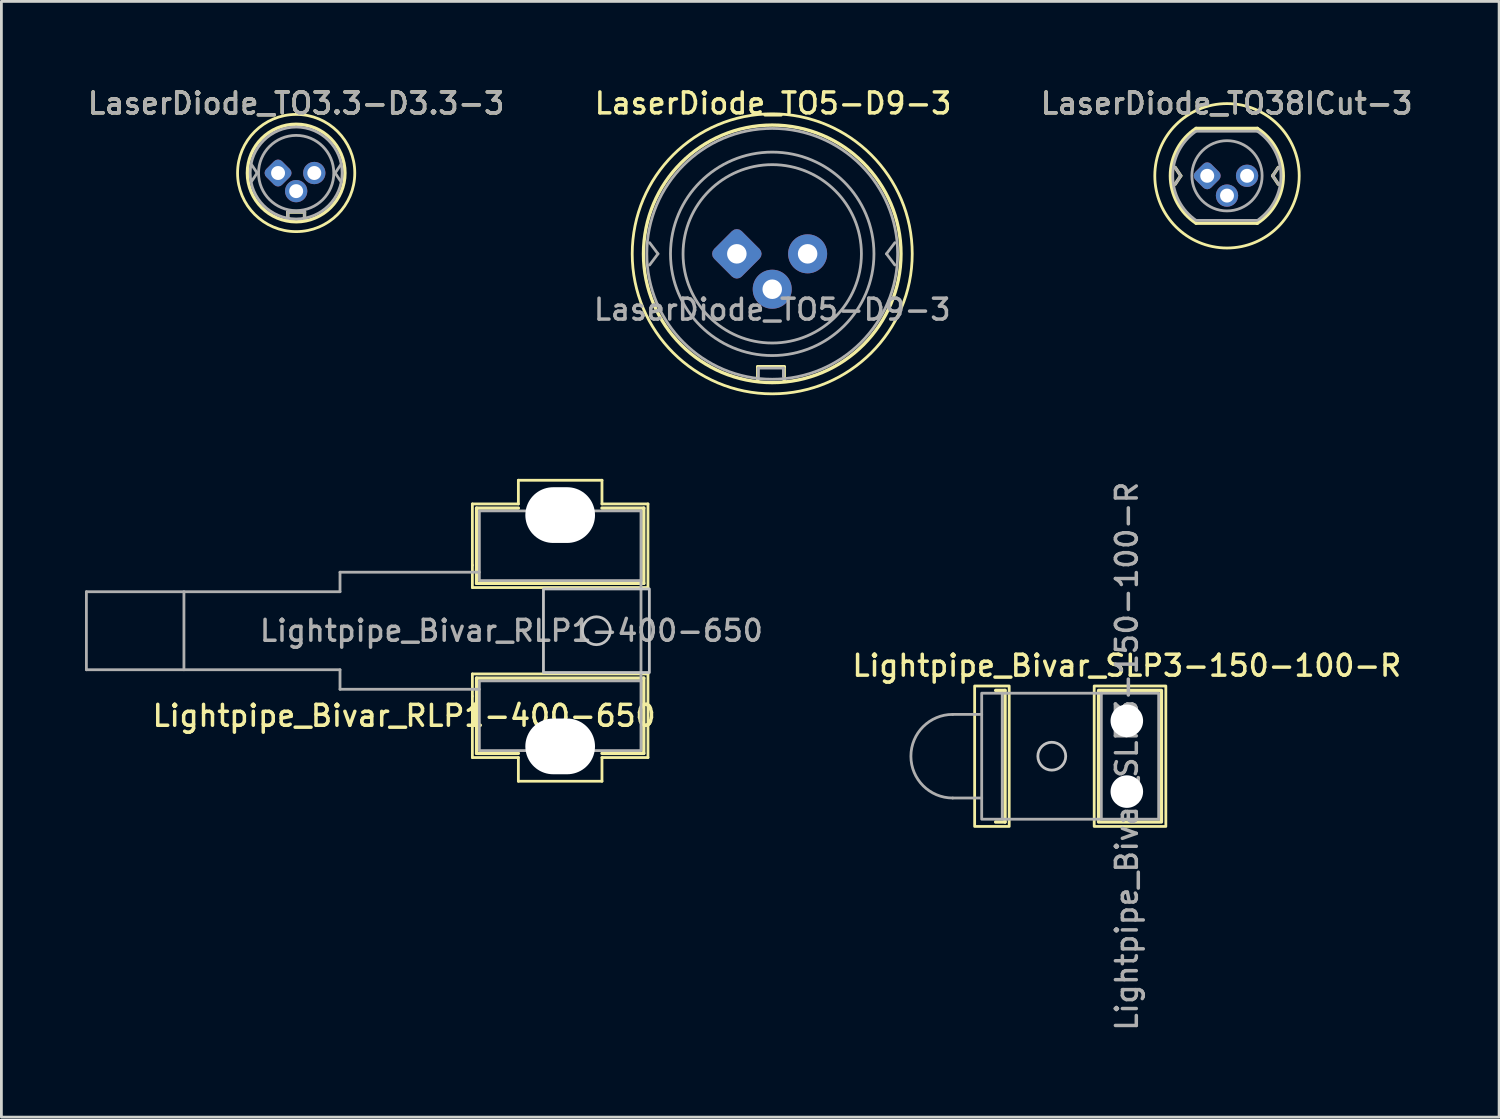
<source format=kicad_pcb>
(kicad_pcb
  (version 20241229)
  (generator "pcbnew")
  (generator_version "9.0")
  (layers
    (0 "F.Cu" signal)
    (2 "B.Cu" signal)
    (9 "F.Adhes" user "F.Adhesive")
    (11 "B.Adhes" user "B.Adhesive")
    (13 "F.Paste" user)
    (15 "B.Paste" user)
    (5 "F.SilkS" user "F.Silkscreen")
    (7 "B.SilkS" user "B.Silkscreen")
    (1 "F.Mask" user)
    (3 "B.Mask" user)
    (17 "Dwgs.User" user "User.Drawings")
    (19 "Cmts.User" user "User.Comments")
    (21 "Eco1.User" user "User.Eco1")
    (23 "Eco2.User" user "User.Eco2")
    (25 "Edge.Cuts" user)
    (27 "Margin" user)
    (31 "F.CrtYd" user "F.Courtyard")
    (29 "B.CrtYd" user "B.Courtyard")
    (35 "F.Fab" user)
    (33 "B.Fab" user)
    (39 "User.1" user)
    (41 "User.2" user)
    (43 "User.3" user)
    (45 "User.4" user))
  (footprint "LaserDiode_TO3.3-D3.3-3"
    (layer "F.Cu")
    (at 6.927 3.158)
    (property "Reference" "LaserDiode_TO3.3-D3.3-3" (at 0.65 -2.5 0) (layer "F.SilkS") (effects (font (size 0.75 0.75) (thickness 0.125))))
    (attr through_hole)
    (fp_line (start 0.35 1.4) (end 0.35 1.7) (stroke (width 0.12) (type solid)) (layer "F.SilkS"))
    (fp_line (start 0.95 1.4) (end 0.35 1.4) (stroke (width 0.12) (type solid)) (layer "F.SilkS"))
    (fp_line (start 0.95 1.7) (end 0.95 1.4) (stroke (width 0.12) (type solid)) (layer "F.SilkS"))
    (fp_circle (center 0.65 0) (end -1.1 0) (stroke (width 0.12) (type solid)) (fill no) (layer "F.SilkS"))
    (fp_circle (center 0.65 0) (end 2.5 1) (stroke (width 0.1) (type solid)) (fill no) (layer "F.SilkS"))
    (fp_line (start -0.95 -0.3) (end -0.75 0) (stroke (width 0.1) (type solid)) (layer "F.Fab"))
    (fp_line (start -0.75 0) (end -0.95 0.3) (stroke (width 0.1) (type solid)) (layer "F.Fab"))
    (fp_line (start 0.35 1.4) (end 0.95 1.4) (stroke (width 0.1) (type solid)) (layer "F.Fab"))
    (fp_line (start 0.35 1.6) (end 0.35 1.4) (stroke (width 0.1) (type solid)) (layer "F.Fab"))
    (fp_line (start 0.95 1.4) (end 0.95 1.6) (stroke (width 0.1) (type solid)) (layer "F.Fab"))
    (fp_line (start 2.05 0) (end 2.25 0.3) (stroke (width 0.1) (type solid)) (layer "F.Fab"))
    (fp_line (start 2.25 -0.3) (end 2.05 0) (stroke (width 0.1) (type solid)) (layer "F.Fab"))
    (fp_circle (center 0.65 0) (end -1 0) (stroke (width 0.1) (type solid)) (fill no) (layer "F.Fab"))
    (fp_circle (center 0.65 0) (end 2 0) (stroke (width 0.1) (type solid)) (fill no) (layer "F.Fab"))
    (fp_text user "${REFERENCE}" (at 0.65 -2.5 0) (layer "F.Fab") (effects (font (size 0.75 0.75) (thickness 0.125))))
    (pad "1" thru_hole roundrect (at 0 0 45) (size 0.8 0.8) (drill 0.5) (layers "*.Cu" "*.Mask") (roundrect_rratio 0.25))
    (pad "2" thru_hole circle (at 0.65 0.65) (size 0.8 0.8) (drill 0.5) (layers "*.Cu" "*.Mask"))
    (pad "3" thru_hole circle (at 1.3 0) (size 0.8 0.8) (drill 0.5) (layers "*.Cu" "*.Mask")))
  (footprint "LaserDiode_TO38ICut-3"
    (layer "F.Cu")
    (at 40.267 3.258)
    (property "Reference" "LaserDiode_TO38ICut-3" (at 0.7 -2.6 0) (layer "F.SilkS") (effects (font (size 0.75 0.75) (thickness 0.125))))
    (attr through_hole)
    (fp_line (start -1.15 -0.3) (end -0.95 0) (stroke (width 0.12) (type solid)) (layer "F.SilkS"))
    (fp_line (start -0.95 0) (end -1.15 0.3) (stroke (width 0.12) (type solid)) (layer "F.SilkS"))
    (fp_line (start -0.4 1.7) (end 1.8 1.7) (stroke (width 0.12) (type solid)) (layer "F.SilkS"))
    (fp_line (start 1.8 -1.7) (end -0.4 -1.7) (stroke (width 0.12) (type solid)) (layer "F.SilkS"))
    (fp_line (start 2.35 0) (end 2.55 0.3) (stroke (width 0.12) (type solid)) (layer "F.SilkS"))
    (fp_line (start 2.55 -0.3) (end 2.35 0) (stroke (width 0.12) (type solid)) (layer "F.SilkS"))
    (fp_arc (start -0.4 1.7) (mid -1.320296 0) (end -0.4 -1.7) (stroke (width 0.12) (type solid)) (layer "F.SilkS"))
    (fp_arc (start 1.8 -1.7) (mid 2.729422 0.005888) (end 1.790069 1.706327) (stroke (width 0.12) (type solid)) (layer "F.SilkS"))
    (fp_circle (center 0.71 0) (end 3.1 1) (stroke (width 0.1) (type solid)) (fill no) (layer "F.SilkS"))
    (fp_line (start -1.15 -0.3) (end -0.95 0) (stroke (width 0.1) (type solid)) (layer "F.Fab"))
    (fp_line (start -0.95 0) (end -1.15 0.3) (stroke (width 0.1) (type solid)) (layer "F.Fab"))
    (fp_line (start -0.4 1.6) (end 1.8 1.6) (stroke (width 0.1) (type solid)) (layer "F.Fab"))
    (fp_line (start 1.8 -1.6) (end -0.4 -1.6) (stroke (width 0.1) (type solid)) (layer "F.Fab"))
    (fp_line (start 2.35 0) (end 2.55 0.3) (stroke (width 0.1) (type solid)) (layer "F.Fab"))
    (fp_line (start 2.55 -0.3) (end 2.35 0) (stroke (width 0.1) (type solid)) (layer "F.Fab"))
    (fp_arc (start -0.4 1.6) (mid -1.237313 0.008464) (end -0.413866 -1.590291) (stroke (width 0.1) (type solid)) (layer "F.Fab"))
    (fp_arc (start 1.8 -1.6) (mid 2.645842 -0.024847) (end 1.840706 1.571497) (stroke (width 0.1) (type solid)) (layer "F.Fab"))
    (fp_circle (center 0.71 0) (end 1.97 0) (stroke (width 0.1) (type solid)) (fill no) (layer "F.Fab"))
    (fp_text user "${REFERENCE}" (at 0.7 -2.6 0) (layer "F.Fab") (effects (font (size 0.75 0.75) (thickness 0.125))))
    (pad "1" thru_hole roundrect (at 0 0 45) (size 0.8 0.8) (drill 0.5) (layers "*.Cu" "*.Mask") (roundrect_rratio 0.25))
    (pad "2" thru_hole circle (at 0.71 0.71) (size 0.8 0.8) (drill 0.5) (layers "*.Cu" "*.Mask"))
    (pad "3" thru_hole circle (at 1.43 0) (size 0.8 0.8) (drill 0.5) (layers "*.Cu" "*.Mask")))
  (footprint "Lightpipe_Bivar_SLP3-150-100-R"
    (layer "F.Cu")
    (at 37.382 24.084)
    (property "Reference" "Lightpipe_Bivar_SLP3-150-100-R" (at 0 -3.25 0) (layer "F.SilkS") (effects (font (size 0.75 0.75) (thickness 0.125))))
    (fp_line (start -4.707 -2.361) (end -4.37 -2.361) (stroke (width 0.12) (type default)) (layer "F.SilkS"))
    (fp_line (start -4.37 -2.361) (end -4.37 2.361) (stroke (width 0.12) (type default)) (layer "F.SilkS"))
    (fp_line (start -4.37 2.361) (end -4.707 2.361) (stroke (width 0.12) (type default)) (layer "F.SilkS"))
    (fp_rect (start -5.46 -2.52) (end -4.22 2.52) (stroke (width 0.1) (type solid)) (fill no) (layer "F.SilkS"))
    (fp_rect (start -1.17 -2.52) (end 1.4 2.52) (stroke (width 0.1) (type solid)) (fill no) (layer "F.SilkS"))
    (fp_rect (start -1.014 2.361) (end 1.243 -2.361) (stroke (width 0.12) (type solid)) (fill no) (layer "F.SilkS"))
    (fp_circle (center -2.692 0) (end -2.192 0) (stroke (width 0.1) (type solid)) (fill no) (layer "Dwgs.User"))
    (fp_line (start -6.247 -1.5) (end -5.207 -1.5) (stroke (width 0.1) (type solid)) (layer "F.Fab"))
    (fp_line (start -6.247 1.5) (end -5.207 1.5) (stroke (width 0.1) (type solid)) (layer "F.Fab"))
    (fp_line (start -4.47 -2.261) (end -0.914 -2.261) (stroke (width 0.1) (type solid)) (layer "F.Fab"))
    (fp_line (start -4.47 2.261) (end -0.914 2.261) (stroke (width 0.1) (type solid)) (layer "F.Fab"))
    (fp_rect (start -5.207 -2.261) (end -4.47 2.261) (stroke (width 0.1) (type solid)) (fill no) (layer "F.Fab"))
    (fp_rect (start -0.914 -2.261) (end 1.143 2.261) (stroke (width 0.1) (type solid)) (fill no) (layer "F.Fab"))
    (fp_arc (start -6.247 1.5) (mid -7.747 0) (end -6.247 -1.5) (stroke (width 0.1) (type solid)) (layer "F.Fab"))
    (fp_text user "${REFERENCE}" (at 0 0 90) (layer "F.Fab") (effects (font (size 0.75 0.75) (thickness 0.125))))
    (pad "" np_thru_hole circle (at 0 -1.27) (size 1.168 1.168) (drill 1.168) (layers "*.Cu" "*.Mask"))
    (pad "" np_thru_hole circle (at 0 1.27) (size 1.168 1.168) (drill 1.168) (layers "*.Cu" "*.Mask")))
  (footprint "Lightpipe_Bivar_RLP1-400-650"
    (layer "F.Cu")
    (at 17.05 19.582)
    (property "Reference" "Lightpipe_Bivar_RLP1-400-650" (at -5.6 3.05 0) (layer "F.SilkS") (effects (font (size 0.75 0.75) (thickness 0.125))))
    (fp_line (start -3.15 -4.55) (end -3.15 -2.35) (stroke (width 0.1) (type solid)) (layer "F.SilkS"))
    (fp_line (start -3.15 -1.55) (end -3.15 -2.35) (stroke (width 0.1) (type solid)) (layer "F.SilkS"))
    (fp_line (start -3.15 1.55) (end -3.15 2.35) (stroke (width 0.1) (type solid)) (layer "F.SilkS"))
    (fp_line (start -3.15 2.35) (end -3.15 4.55) (stroke (width 0.1) (type solid)) (layer "F.SilkS"))
    (fp_line (start -3.15 4.55) (end -1.5 4.55) (stroke (width 0.1) (type solid)) (layer "F.SilkS"))
    (fp_line (start -3 -4.4) (end -1.5 -4.4) (stroke (width 0.12) (type solid)) (layer "F.SilkS"))
    (fp_line (start -3 -2.2) (end -3 -4.4) (stroke (width 0.12) (type solid)) (layer "F.SilkS"))
    (fp_line (start -3 -1.7) (end -3 -2.2) (stroke (width 0.12) (type solid)) (layer "F.SilkS"))
    (fp_line (start -3 1.7) (end 3 1.7) (stroke (width 0.12) (type solid)) (layer "F.SilkS"))
    (fp_line (start -3 2.2) (end -3 1.7) (stroke (width 0.12) (type solid)) (layer "F.SilkS"))
    (fp_line (start -3 4.4) (end -3 2.2) (stroke (width 0.12) (type solid)) (layer "F.SilkS"))
    (fp_line (start -3 4.4) (end -1.5 4.4) (stroke (width 0.12) (type solid)) (layer "F.SilkS"))
    (fp_line (start -1.5 -5.4) (end -1.5 -4.55) (stroke (width 0.1) (type solid)) (layer "F.SilkS"))
    (fp_line (start -1.5 -4.55) (end -3.15 -4.55) (stroke (width 0.1) (type solid)) (layer "F.SilkS"))
    (fp_line (start -1.5 4.55) (end -1.5 5.4) (stroke (width 0.1) (type solid)) (layer "F.SilkS"))
    (fp_line (start -1.5 5.4) (end 1.5 5.4) (stroke (width 0.1) (type solid)) (layer "F.SilkS"))
    (fp_line (start 1.5 -5.4) (end -1.5 -5.4) (stroke (width 0.1) (type solid)) (layer "F.SilkS"))
    (fp_line (start 1.5 -4.55) (end 1.5 -5.4) (stroke (width 0.1) (type solid)) (layer "F.SilkS"))
    (fp_line (start 1.5 4.55) (end 3.15 4.55) (stroke (width 0.1) (type solid)) (layer "F.SilkS"))
    (fp_line (start 1.5 5.4) (end 1.5 4.55) (stroke (width 0.1) (type solid)) (layer "F.SilkS"))
    (fp_line (start 3 -4.4) (end 1.5 -4.4) (stroke (width 0.12) (type solid)) (layer "F.SilkS"))
    (fp_line (start 3 -4.4) (end 3 -1.7) (stroke (width 0.12) (type solid)) (layer "F.SilkS"))
    (fp_line (start 3 -1.7) (end -3 -1.7) (stroke (width 0.12) (type solid)) (layer "F.SilkS"))
    (fp_line (start 3 1.7) (end 3 4.4) (stroke (width 0.12) (type solid)) (layer "F.SilkS"))
    (fp_line (start 3 4.4) (end 1.5 4.4) (stroke (width 0.12) (type solid)) (layer "F.SilkS"))
    (fp_line (start 3.15 -4.55) (end 1.5 -4.55) (stroke (width 0.1) (type solid)) (layer "F.SilkS"))
    (fp_line (start 3.15 -1.55) (end -3.15 -1.55) (stroke (width 0.1) (type solid)) (layer "F.SilkS"))
    (fp_line (start 3.15 -1.55) (end 3.15 -4.55) (stroke (width 0.1) (type solid)) (layer "F.SilkS"))
    (fp_line (start 3.15 1.55) (end -3.15 1.55) (stroke (width 0.1) (type solid)) (layer "F.SilkS"))
    (fp_line (start 3.15 4.55) (end 3.15 1.55) (stroke (width 0.1) (type solid)) (layer "F.SilkS"))
    (fp_rect (start -0.6 -1.5) (end 3.2 1.5) (stroke (width 0.1) (type solid)) (fill no) (layer "Dwgs.User"))
    (fp_circle (center 1.3 0) (end 1.8 0) (stroke (width 0.1) (type solid)) (fill no) (layer "Dwgs.User"))
    (fp_line (start -17 -1.4) (end -17 1.4) (stroke (width 0.1) (type solid)) (layer "F.Fab"))
    (fp_line (start -17 -1.4) (end -7.9 -1.4) (stroke (width 0.1) (type solid)) (layer "F.Fab"))
    (fp_line (start -17 1.4) (end -7.9 1.4) (stroke (width 0.1) (type solid)) (layer "F.Fab"))
    (fp_line (start -13.5 1.4) (end -13.5 -1.4) (stroke (width 0.1) (type solid)) (layer "F.Fab"))
    (fp_line (start -7.9 -2.1) (end -2.9 -2.1) (stroke (width 0.1) (type solid)) (layer "F.Fab"))
    (fp_line (start -7.9 -1.4) (end -7.9 -2.1) (stroke (width 0.1) (type solid)) (layer "F.Fab"))
    (fp_line (start -7.9 1.4) (end -7.9 2.1) (stroke (width 0.1) (type solid)) (layer "F.Fab"))
    (fp_line (start -7.9 2.1) (end -2.9 2.1) (stroke (width 0.1) (type solid)) (layer "F.Fab"))
    (fp_line (start 2.9 -1.8) (end 2.9 1.8) (stroke (width 0.1) (type solid)) (layer "F.Fab"))
    (fp_rect (start -2.9 -4.3) (end 2.9 -1.8) (stroke (width 0.1) (type solid)) (fill no) (layer "F.Fab"))
    (fp_rect (start -2.9 1.8) (end 2.9 4.3) (stroke (width 0.1) (type solid)) (fill no) (layer "F.Fab"))
    (fp_text user "${REFERENCE}" (at -1.75 0 0) (layer "F.Fab") (effects (font (size 0.75 0.75) (thickness 0.125))))
    (pad "" np_thru_hole oval (at 0 -4.15) (size 2.5 2) (drill oval 2.5 2) (layers "*.Cu" "*.Mask"))
    (pad "" np_thru_hole oval (at 0 4.15) (size 2.5 2) (drill oval 2.5 2) (layers "*.Cu" "*.Mask")))
  (footprint "LaserDiode_TO5-D9-3"
    (layer "F.Cu")
    (at 23.389 6.058)
    (property "Reference" "LaserDiode_TO5-D9-3" (at 1.3 -5.4 0) (layer "F.SilkS") (effects (font (size 0.75 0.75) (thickness 0.125))))
    (attr through_hole)
    (fp_line (start 0.75 4.05) (end 1.7 4.05) (stroke (width 0.12) (type solid)) (layer "F.SilkS"))
    (fp_line (start 0.75 4.55) (end 0.75 4.05) (stroke (width 0.12) (type solid)) (layer "F.SilkS"))
    (fp_line (start 1.7 4.05) (end 1.7 4.55) (stroke (width 0.12) (type solid)) (layer "F.SilkS"))
    (fp_circle (center 1.27 0) (end -3.35 0) (stroke (width 0.12) (type solid)) (fill no) (layer "F.SilkS"))
    (fp_circle (center 1.27 0) (end 5.4 2.86) (stroke (width 0.1) (type solid)) (fill no) (layer "F.SilkS"))
    (fp_line (start -2.83 0) (end -3.13 -0.4) (stroke (width 0.1) (type solid)) (layer "F.Fab"))
    (fp_line (start -2.83 0) (end -3.13 0.4) (stroke (width 0.1) (type solid)) (layer "F.Fab"))
    (fp_line (start 0.77 4.1) (end 1.67 4.1) (stroke (width 0.1) (type solid)) (layer "F.Fab"))
    (fp_line (start 0.77 4.4) (end 0.77 4.1) (stroke (width 0.1) (type solid)) (layer "F.Fab"))
    (fp_line (start 1.67 4.1) (end 1.67 4.4) (stroke (width 0.1) (type solid)) (layer "F.Fab"))
    (fp_line (start 5.37 0) (end 5.67 0.4) (stroke (width 0.1) (type solid)) (layer "F.Fab"))
    (fp_line (start 5.67 -0.4) (end 5.37 0) (stroke (width 0.1) (type solid)) (layer "F.Fab"))
    (fp_circle (center 1.27 0) (end -3.23 0) (stroke (width 0.1) (type solid)) (fill no) (layer "F.Fab"))
    (fp_circle (center 1.27 0) (end 4.47 0) (stroke (width 0.1) (type solid)) (fill no) (layer "F.Fab"))
    (fp_circle (center 1.27 0) (end 4.92 0) (stroke (width 0.1) (type solid)) (fill no) (layer "F.Fab"))
    (fp_text user "${REFERENCE}" (at 1.27 2 0) (layer "F.Fab") (effects (font (size 0.75 0.75) (thickness 0.125))))
    (pad "1" thru_hole roundrect (at 0 0 45) (size 1.4 1.4) (drill 0.7) (layers "*.Cu" "*.Mask") (roundrect_rratio 0.178))
    (pad "2" thru_hole circle (at 1.27 1.27) (size 1.4 1.4) (drill 0.7) (layers "*.Cu" "*.Mask"))
    (pad "3" thru_hole circle (at 2.54 0) (size 1.4 1.4) (drill 0.7) (layers "*.Cu" "*.Mask")))
  (gr_rect
    (start -3 -3)
    (end 50.741 37.035)
    (stroke (width 0.1) (type default))
    (fill no)
    (layer "Edge.Cuts")))
</source>
